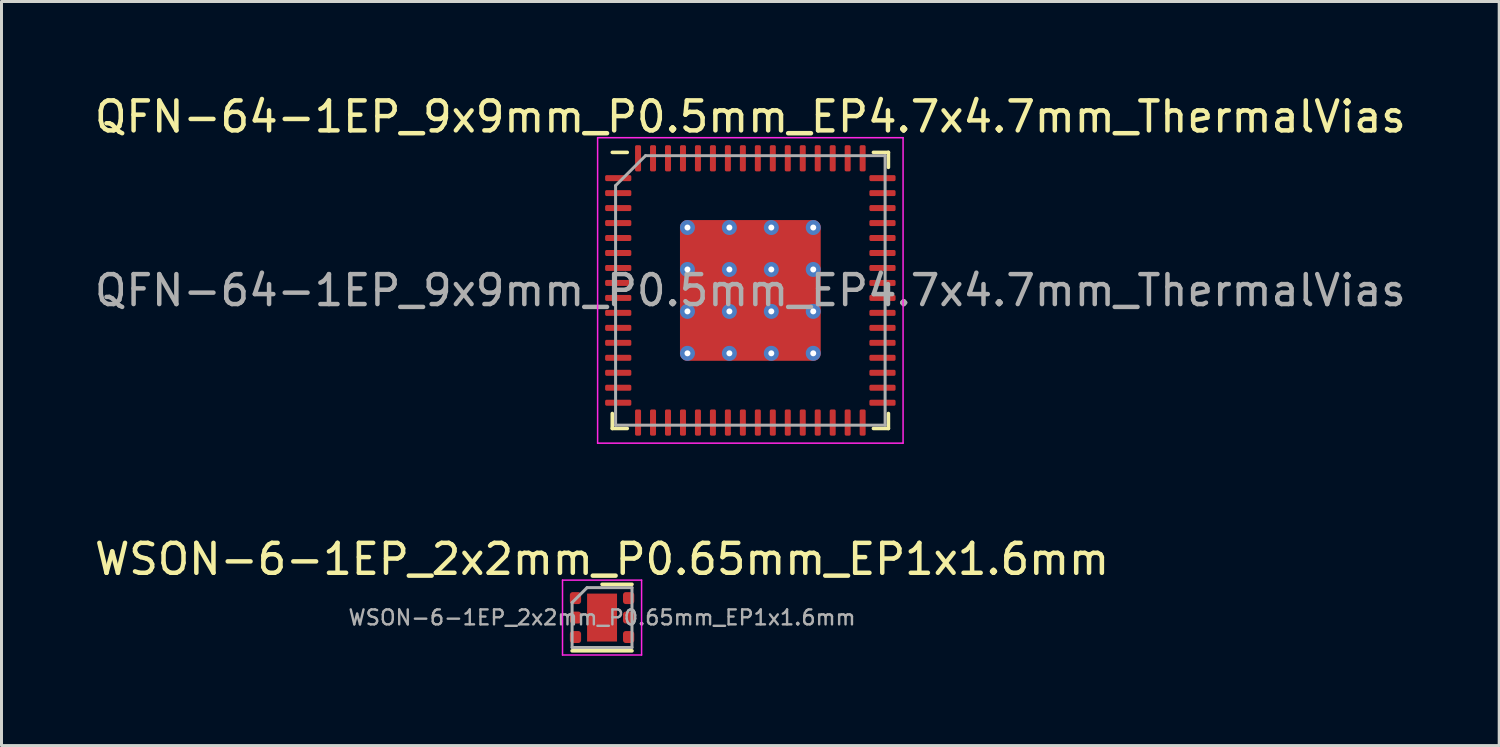
<source format=kicad_pcb>
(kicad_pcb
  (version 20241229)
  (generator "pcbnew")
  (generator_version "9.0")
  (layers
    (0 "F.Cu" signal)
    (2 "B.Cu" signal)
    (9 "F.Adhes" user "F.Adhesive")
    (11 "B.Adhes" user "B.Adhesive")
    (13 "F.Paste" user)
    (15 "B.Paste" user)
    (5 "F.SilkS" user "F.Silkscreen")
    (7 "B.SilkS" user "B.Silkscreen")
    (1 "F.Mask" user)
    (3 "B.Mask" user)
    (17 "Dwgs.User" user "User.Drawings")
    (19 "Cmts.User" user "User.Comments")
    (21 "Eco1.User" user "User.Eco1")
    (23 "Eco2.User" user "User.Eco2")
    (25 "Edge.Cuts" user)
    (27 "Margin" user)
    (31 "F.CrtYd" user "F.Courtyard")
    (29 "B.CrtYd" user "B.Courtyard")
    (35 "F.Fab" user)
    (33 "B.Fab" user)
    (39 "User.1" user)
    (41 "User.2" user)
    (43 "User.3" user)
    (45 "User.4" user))
  (footprint "WSON-6-1EP_2x2mm_P0.65mm_EP1x1.6mm"
    (layer "F.Cu")
    (at 17.054 17.572)
    (property "Reference" "WSON-6-1EP_2x2mm_P0.65mm_EP1x1.6mm" (at 0 -1.95 0) (layer "F.SilkS") (effects (font (size 1 1) (thickness 0.15))))
    (attr smd)
    (fp_line (start -1 1.11) (end 1 1.11) (stroke (width 0.12) (type solid)) (layer "F.SilkS"))
    (fp_line (start 0 -1.11) (end 1 -1.11) (stroke (width 0.12) (type solid)) (layer "F.SilkS"))
    (fp_line (start -1.32 -1.25) (end -1.32 1.25) (stroke (width 0.05) (type solid)) (layer "F.CrtYd"))
    (fp_line (start -1.32 1.25) (end 1.32 1.25) (stroke (width 0.05) (type solid)) (layer "F.CrtYd"))
    (fp_line (start 1.32 -1.25) (end -1.32 -1.25) (stroke (width 0.05) (type solid)) (layer "F.CrtYd"))
    (fp_line (start 1.32 1.25) (end 1.32 -1.25) (stroke (width 0.05) (type solid)) (layer "F.CrtYd"))
    (fp_line (start -1 -0.5) (end -0.5 -1) (stroke (width 0.1) (type solid)) (layer "F.Fab"))
    (fp_line (start -1 1) (end -1 -0.5) (stroke (width 0.1) (type solid)) (layer "F.Fab"))
    (fp_line (start -0.5 -1) (end 1 -1) (stroke (width 0.1) (type solid)) (layer "F.Fab"))
    (fp_line (start 1 -1) (end 1 1) (stroke (width 0.1) (type solid)) (layer "F.Fab"))
    (fp_line (start 1 1) (end -1 1) (stroke (width 0.1) (type solid)) (layer "F.Fab"))
    (fp_text user "${REFERENCE}" (at 0 0 0) (layer "F.Fab") (effects (font (size 0.5 0.5) (thickness 0.08))))
    (pad "" smd roundrect (at 0 -0.4) (size 0.81 0.64) (layers "F.Paste") (roundrect_rratio 0.25))
    (pad "" smd roundrect (at 0 0.4) (size 0.81 0.64) (layers "F.Paste") (roundrect_rratio 0.25))
    (pad "1" smd roundrect (at -0.887 -0.65) (size 0.375 0.4) (layers "F.Cu" "F.Mask" "F.Paste") (roundrect_rratio 0.25))
    (pad "2" smd roundrect (at -0.887 0) (size 0.375 0.4) (layers "F.Cu" "F.Mask" "F.Paste") (roundrect_rratio 0.25))
    (pad "3" smd roundrect (at -0.887 0.65) (size 0.375 0.4) (layers "F.Cu" "F.Mask" "F.Paste") (roundrect_rratio 0.25))
    (pad "4" smd roundrect (at 0.887 0.65) (size 0.375 0.4) (layers "F.Cu" "F.Mask" "F.Paste") (roundrect_rratio 0.25))
    (pad "5" smd roundrect (at 0.887 0) (size 0.375 0.4) (layers "F.Cu" "F.Mask" "F.Paste") (roundrect_rratio 0.25))
    (pad "6" smd roundrect (at 0.887 -0.65) (size 0.375 0.4) (layers "F.Cu" "F.Mask" "F.Paste") (roundrect_rratio 0.25))
    (pad "7" smd rect (at 0 0) (size 1 1.6) (layers "F.Cu" "F.Mask")))
  (footprint "QFN-64-1EP_9x9mm_P0.5mm_EP4.7x4.7mm_ThermalVias"
    (layer "F.Cu")
    (at 22.006 6.648)
    (property "Reference" "QFN-64-1EP_9x9mm_P0.5mm_EP4.7x4.7mm_ThermalVias" (at 0 -5.8 0) (layer "F.SilkS") (effects (font (size 1 1) (thickness 0.15))))
    (attr smd)
    (fp_line (start -4.61 4.61) (end -4.61 4.11) (stroke (width 0.12) (type solid)) (layer "F.SilkS"))
    (fp_line (start -4.11 -4.61) (end -4.61 -4.61) (stroke (width 0.12) (type solid)) (layer "F.SilkS"))
    (fp_line (start -4.11 4.61) (end -4.61 4.61) (stroke (width 0.12) (type solid)) (layer "F.SilkS"))
    (fp_line (start 4.11 -4.61) (end 4.61 -4.61) (stroke (width 0.12) (type solid)) (layer "F.SilkS"))
    (fp_line (start 4.11 4.61) (end 4.61 4.61) (stroke (width 0.12) (type solid)) (layer "F.SilkS"))
    (fp_line (start 4.61 -4.61) (end 4.61 -4.11) (stroke (width 0.12) (type solid)) (layer "F.SilkS"))
    (fp_line (start 4.61 4.61) (end 4.61 4.11) (stroke (width 0.12) (type solid)) (layer "F.SilkS"))
    (fp_line (start -5.1 -5.1) (end -5.1 5.1) (stroke (width 0.05) (type solid)) (layer "F.CrtYd"))
    (fp_line (start -5.1 5.1) (end 5.1 5.1) (stroke (width 0.05) (type solid)) (layer "F.CrtYd"))
    (fp_line (start 5.1 -5.1) (end -5.1 -5.1) (stroke (width 0.05) (type solid)) (layer "F.CrtYd"))
    (fp_line (start 5.1 5.1) (end 5.1 -5.1) (stroke (width 0.05) (type solid)) (layer "F.CrtYd"))
    (fp_line (start -4.5 -3.5) (end -3.5 -4.5) (stroke (width 0.1) (type solid)) (layer "F.Fab"))
    (fp_line (start -4.5 4.5) (end -4.5 -3.5) (stroke (width 0.1) (type solid)) (layer "F.Fab"))
    (fp_line (start -3.5 -4.5) (end 4.5 -4.5) (stroke (width 0.1) (type solid)) (layer "F.Fab"))
    (fp_line (start 4.5 -4.5) (end 4.5 4.5) (stroke (width 0.1) (type solid)) (layer "F.Fab"))
    (fp_line (start 4.5 4.5) (end -4.5 4.5) (stroke (width 0.1) (type solid)) (layer "F.Fab"))
    (fp_text user "${REFERENCE}" (at 0 0 0) (layer "F.Fab") (effects (font (size 1 1) (thickness 0.15))))
    (pad "" smd roundrect (at -1.4 -1.4) (size 1.263 1.263) (layers "F.Paste") (roundrect_rratio 0.198))
    (pad "" smd roundrect (at -1.4 0) (size 1.263 1.263) (layers "F.Paste") (roundrect_rratio 0.198))
    (pad "" smd roundrect (at -1.4 1.4) (size 1.263 1.263) (layers "F.Paste") (roundrect_rratio 0.198))
    (pad "" smd roundrect (at 0 -1.4) (size 1.263 1.263) (layers "F.Paste") (roundrect_rratio 0.198))
    (pad "" smd roundrect (at 0 0) (size 1.263 1.263) (layers "F.Paste") (roundrect_rratio 0.198))
    (pad "" smd roundrect (at 0 1.4) (size 1.263 1.263) (layers "F.Paste") (roundrect_rratio 0.198))
    (pad "" smd roundrect (at 1.4 -1.4) (size 1.263 1.263) (layers "F.Paste") (roundrect_rratio 0.198))
    (pad "" smd roundrect (at 1.4 0) (size 1.263 1.263) (layers "F.Paste") (roundrect_rratio 0.198))
    (pad "" smd roundrect (at 1.4 1.4) (size 1.263 1.263) (layers "F.Paste") (roundrect_rratio 0.198))
    (pad "1" smd roundrect (at -4.412 -3.75) (size 0.875 0.2) (layers "F.Cu" "F.Mask" "F.Paste") (roundrect_rratio 0.25))
    (pad "2" smd roundrect (at -4.412 -3.25) (size 0.875 0.2) (layers "F.Cu" "F.Mask" "F.Paste") (roundrect_rratio 0.25))
    (pad "3" smd roundrect (at -4.412 -2.75) (size 0.875 0.2) (layers "F.Cu" "F.Mask" "F.Paste") (roundrect_rratio 0.25))
    (pad "4" smd roundrect (at -4.412 -2.25) (size 0.875 0.2) (layers "F.Cu" "F.Mask" "F.Paste") (roundrect_rratio 0.25))
    (pad "5" smd roundrect (at -4.412 -1.75) (size 0.875 0.2) (layers "F.Cu" "F.Mask" "F.Paste") (roundrect_rratio 0.25))
    (pad "6" smd roundrect (at -4.412 -1.25) (size 0.875 0.2) (layers "F.Cu" "F.Mask" "F.Paste") (roundrect_rratio 0.25))
    (pad "7" smd roundrect (at -4.412 -0.75) (size 0.875 0.2) (layers "F.Cu" "F.Mask" "F.Paste") (roundrect_rratio 0.25))
    (pad "8" smd roundrect (at -4.412 -0.25) (size 0.875 0.2) (layers "F.Cu" "F.Mask" "F.Paste") (roundrect_rratio 0.25))
    (pad "9" smd roundrect (at -4.412 0.25) (size 0.875 0.2) (layers "F.Cu" "F.Mask" "F.Paste") (roundrect_rratio 0.25))
    (pad "10" smd roundrect (at -4.412 0.75) (size 0.875 0.2) (layers "F.Cu" "F.Mask" "F.Paste") (roundrect_rratio 0.25))
    (pad "11" smd roundrect (at -4.412 1.25) (size 0.875 0.2) (layers "F.Cu" "F.Mask" "F.Paste") (roundrect_rratio 0.25))
    (pad "12" smd roundrect (at -4.412 1.75) (size 0.875 0.2) (layers "F.Cu" "F.Mask" "F.Paste") (roundrect_rratio 0.25))
    (pad "13" smd roundrect (at -4.412 2.25) (size 0.875 0.2) (layers "F.Cu" "F.Mask" "F.Paste") (roundrect_rratio 0.25))
    (pad "14" smd roundrect (at -4.412 2.75) (size 0.875 0.2) (layers "F.Cu" "F.Mask" "F.Paste") (roundrect_rratio 0.25))
    (pad "15" smd roundrect (at -4.412 3.25) (size 0.875 0.2) (layers "F.Cu" "F.Mask" "F.Paste") (roundrect_rratio 0.25))
    (pad "16" smd roundrect (at -4.412 3.75) (size 0.875 0.2) (layers "F.Cu" "F.Mask" "F.Paste") (roundrect_rratio 0.25))
    (pad "17" smd roundrect (at -3.75 4.412) (size 0.2 0.875) (layers "F.Cu" "F.Mask" "F.Paste") (roundrect_rratio 0.25))
    (pad "18" smd roundrect (at -3.25 4.412) (size 0.2 0.875) (layers "F.Cu" "F.Mask" "F.Paste") (roundrect_rratio 0.25))
    (pad "19" smd roundrect (at -2.75 4.412) (size 0.2 0.875) (layers "F.Cu" "F.Mask" "F.Paste") (roundrect_rratio 0.25))
    (pad "20" smd roundrect (at -2.25 4.412) (size 0.2 0.875) (layers "F.Cu" "F.Mask" "F.Paste") (roundrect_rratio 0.25))
    (pad "21" smd roundrect (at -1.75 4.412) (size 0.2 0.875) (layers "F.Cu" "F.Mask" "F.Paste") (roundrect_rratio 0.25))
    (pad "22" smd roundrect (at -1.25 4.412) (size 0.2 0.875) (layers "F.Cu" "F.Mask" "F.Paste") (roundrect_rratio 0.25))
    (pad "23" smd roundrect (at -0.75 4.412) (size 0.2 0.875) (layers "F.Cu" "F.Mask" "F.Paste") (roundrect_rratio 0.25))
    (pad "24" smd roundrect (at -0.25 4.412) (size 0.2 0.875) (layers "F.Cu" "F.Mask" "F.Paste") (roundrect_rratio 0.25))
    (pad "25" smd roundrect (at 0.25 4.412) (size 0.2 0.875) (layers "F.Cu" "F.Mask" "F.Paste") (roundrect_rratio 0.25))
    (pad "26" smd roundrect (at 0.75 4.412) (size 0.2 0.875) (layers "F.Cu" "F.Mask" "F.Paste") (roundrect_rratio 0.25))
    (pad "27" smd roundrect (at 1.25 4.412) (size 0.2 0.875) (layers "F.Cu" "F.Mask" "F.Paste") (roundrect_rratio 0.25))
    (pad "28" smd roundrect (at 1.75 4.412) (size 0.2 0.875) (layers "F.Cu" "F.Mask" "F.Paste") (roundrect_rratio 0.25))
    (pad "29" smd roundrect (at 2.25 4.412) (size 0.2 0.875) (layers "F.Cu" "F.Mask" "F.Paste") (roundrect_rratio 0.25))
    (pad "30" smd roundrect (at 2.75 4.412) (size 0.2 0.875) (layers "F.Cu" "F.Mask" "F.Paste") (roundrect_rratio 0.25))
    (pad "31" smd roundrect (at 3.25 4.412) (size 0.2 0.875) (layers "F.Cu" "F.Mask" "F.Paste") (roundrect_rratio 0.25))
    (pad "32" smd roundrect (at 3.75 4.412) (size 0.2 0.875) (layers "F.Cu" "F.Mask" "F.Paste") (roundrect_rratio 0.25))
    (pad "33" smd roundrect (at 4.412 3.75) (size 0.875 0.2) (layers "F.Cu" "F.Mask" "F.Paste") (roundrect_rratio 0.25))
    (pad "34" smd roundrect (at 4.412 3.25) (size 0.875 0.2) (layers "F.Cu" "F.Mask" "F.Paste") (roundrect_rratio 0.25))
    (pad "35" smd roundrect (at 4.412 2.75) (size 0.875 0.2) (layers "F.Cu" "F.Mask" "F.Paste") (roundrect_rratio 0.25))
    (pad "36" smd roundrect (at 4.412 2.25) (size 0.875 0.2) (layers "F.Cu" "F.Mask" "F.Paste") (roundrect_rratio 0.25))
    (pad "37" smd roundrect (at 4.412 1.75) (size 0.875 0.2) (layers "F.Cu" "F.Mask" "F.Paste") (roundrect_rratio 0.25))
    (pad "38" smd roundrect (at 4.412 1.25) (size 0.875 0.2) (layers "F.Cu" "F.Mask" "F.Paste") (roundrect_rratio 0.25))
    (pad "39" smd roundrect (at 4.412 0.75) (size 0.875 0.2) (layers "F.Cu" "F.Mask" "F.Paste") (roundrect_rratio 0.25))
    (pad "40" smd roundrect (at 4.412 0.25) (size 0.875 0.2) (layers "F.Cu" "F.Mask" "F.Paste") (roundrect_rratio 0.25))
    (pad "41" smd roundrect (at 4.412 -0.25) (size 0.875 0.2) (layers "F.Cu" "F.Mask" "F.Paste") (roundrect_rratio 0.25))
    (pad "42" smd roundrect (at 4.412 -0.75) (size 0.875 0.2) (layers "F.Cu" "F.Mask" "F.Paste") (roundrect_rratio 0.25))
    (pad "43" smd roundrect (at 4.412 -1.25) (size 0.875 0.2) (layers "F.Cu" "F.Mask" "F.Paste") (roundrect_rratio 0.25))
    (pad "44" smd roundrect (at 4.412 -1.75) (size 0.875 0.2) (layers "F.Cu" "F.Mask" "F.Paste") (roundrect_rratio 0.25))
    (pad "45" smd roundrect (at 4.412 -2.25) (size 0.875 0.2) (layers "F.Cu" "F.Mask" "F.Paste") (roundrect_rratio 0.25))
    (pad "46" smd roundrect (at 4.412 -2.75) (size 0.875 0.2) (layers "F.Cu" "F.Mask" "F.Paste") (roundrect_rratio 0.25))
    (pad "47" smd roundrect (at 4.412 -3.25) (size 0.875 0.2) (layers "F.Cu" "F.Mask" "F.Paste") (roundrect_rratio 0.25))
    (pad "48" smd roundrect (at 4.412 -3.75) (size 0.875 0.2) (layers "F.Cu" "F.Mask" "F.Paste") (roundrect_rratio 0.25))
    (pad "49" smd roundrect (at 3.75 -4.412) (size 0.2 0.875) (layers "F.Cu" "F.Mask" "F.Paste") (roundrect_rratio 0.25))
    (pad "50" smd roundrect (at 3.25 -4.412) (size 0.2 0.875) (layers "F.Cu" "F.Mask" "F.Paste") (roundrect_rratio 0.25))
    (pad "51" smd roundrect (at 2.75 -4.412) (size 0.2 0.875) (layers "F.Cu" "F.Mask" "F.Paste") (roundrect_rratio 0.25))
    (pad "52" smd roundrect (at 2.25 -4.412) (size 0.2 0.875) (layers "F.Cu" "F.Mask" "F.Paste") (roundrect_rratio 0.25))
    (pad "53" smd roundrect (at 1.75 -4.412) (size 0.2 0.875) (layers "F.Cu" "F.Mask" "F.Paste") (roundrect_rratio 0.25))
    (pad "54" smd roundrect (at 1.25 -4.412) (size 0.2 0.875) (layers "F.Cu" "F.Mask" "F.Paste") (roundrect_rratio 0.25))
    (pad "55" smd roundrect (at 0.75 -4.412) (size 0.2 0.875) (layers "F.Cu" "F.Mask" "F.Paste") (roundrect_rratio 0.25))
    (pad "56" smd roundrect (at 0.25 -4.412) (size 0.2 0.875) (layers "F.Cu" "F.Mask" "F.Paste") (roundrect_rratio 0.25))
    (pad "57" smd roundrect (at -0.25 -4.412) (size 0.2 0.875) (layers "F.Cu" "F.Mask" "F.Paste") (roundrect_rratio 0.25))
    (pad "58" smd roundrect (at -0.75 -4.412) (size 0.2 0.875) (layers "F.Cu" "F.Mask" "F.Paste") (roundrect_rratio 0.25))
    (pad "59" smd roundrect (at -1.25 -4.412) (size 0.2 0.875) (layers "F.Cu" "F.Mask" "F.Paste") (roundrect_rratio 0.25))
    (pad "60" smd roundrect (at -1.75 -4.412) (size 0.2 0.875) (layers "F.Cu" "F.Mask" "F.Paste") (roundrect_rratio 0.25))
    (pad "61" smd roundrect (at -2.25 -4.412) (size 0.2 0.875) (layers "F.Cu" "F.Mask" "F.Paste") (roundrect_rratio 0.25))
    (pad "62" smd roundrect (at -2.75 -4.412) (size 0.2 0.875) (layers "F.Cu" "F.Mask" "F.Paste") (roundrect_rratio 0.25))
    (pad "63" smd roundrect (at -3.25 -4.412) (size 0.2 0.875) (layers "F.Cu" "F.Mask" "F.Paste") (roundrect_rratio 0.25))
    (pad "64" smd roundrect (at -3.75 -4.412) (size 0.2 0.875) (layers "F.Cu" "F.Mask" "F.Paste") (roundrect_rratio 0.25))
    (pad "65" thru_hole circle (at -2.1 -2.1) (size 0.5 0.5) (drill 0.2) (layers "*.Cu"))
    (pad "65" thru_hole circle (at -2.1 -0.7) (size 0.5 0.5) (drill 0.2) (layers "*.Cu"))
    (pad "65" thru_hole circle (at -2.1 0.7) (size 0.5 0.5) (drill 0.2) (layers "*.Cu"))
    (pad "65" thru_hole circle (at -2.1 2.1) (size 0.5 0.5) (drill 0.2) (layers "*.Cu"))
    (pad "65" thru_hole circle (at -0.7 -2.1) (size 0.5 0.5) (drill 0.2) (layers "*.Cu"))
    (pad "65" thru_hole circle (at -0.7 -0.7) (size 0.5 0.5) (drill 0.2) (layers "*.Cu"))
    (pad "65" thru_hole circle (at -0.7 0.7) (size 0.5 0.5) (drill 0.2) (layers "*.Cu"))
    (pad "65" thru_hole circle (at -0.7 2.1) (size 0.5 0.5) (drill 0.2) (layers "*.Cu"))
    (pad "65" smd roundrect (at 0 0) (size 4.7 4.7) (layers "F.Cu" "F.Mask") (roundrect_rratio 0.053))
    (pad "65" thru_hole circle (at 0.7 -2.1) (size 0.5 0.5) (drill 0.2) (layers "*.Cu"))
    (pad "65" thru_hole circle (at 0.7 -0.7) (size 0.5 0.5) (drill 0.2) (layers "*.Cu"))
    (pad "65" thru_hole circle (at 0.7 0.7) (size 0.5 0.5) (drill 0.2) (layers "*.Cu"))
    (pad "65" thru_hole circle (at 0.7 2.1) (size 0.5 0.5) (drill 0.2) (layers "*.Cu"))
    (pad "65" thru_hole circle (at 2.1 -2.1) (size 0.5 0.5) (drill 0.2) (layers "*.Cu"))
    (pad "65" thru_hole circle (at 2.1 -0.7) (size 0.5 0.5) (drill 0.2) (layers "*.Cu"))
    (pad "65" thru_hole circle (at 2.1 0.7) (size 0.5 0.5) (drill 0.2) (layers "*.Cu"))
    (pad "65" thru_hole circle (at 2.1 2.1) (size 0.5 0.5) (drill 0.2) (layers "*.Cu")))
  (gr_rect
    (start -3 -3)
    (end 47.012 21.846)
    (stroke (width 0.1) (type default))
    (fill no)
    (layer "Edge.Cuts")))
</source>
